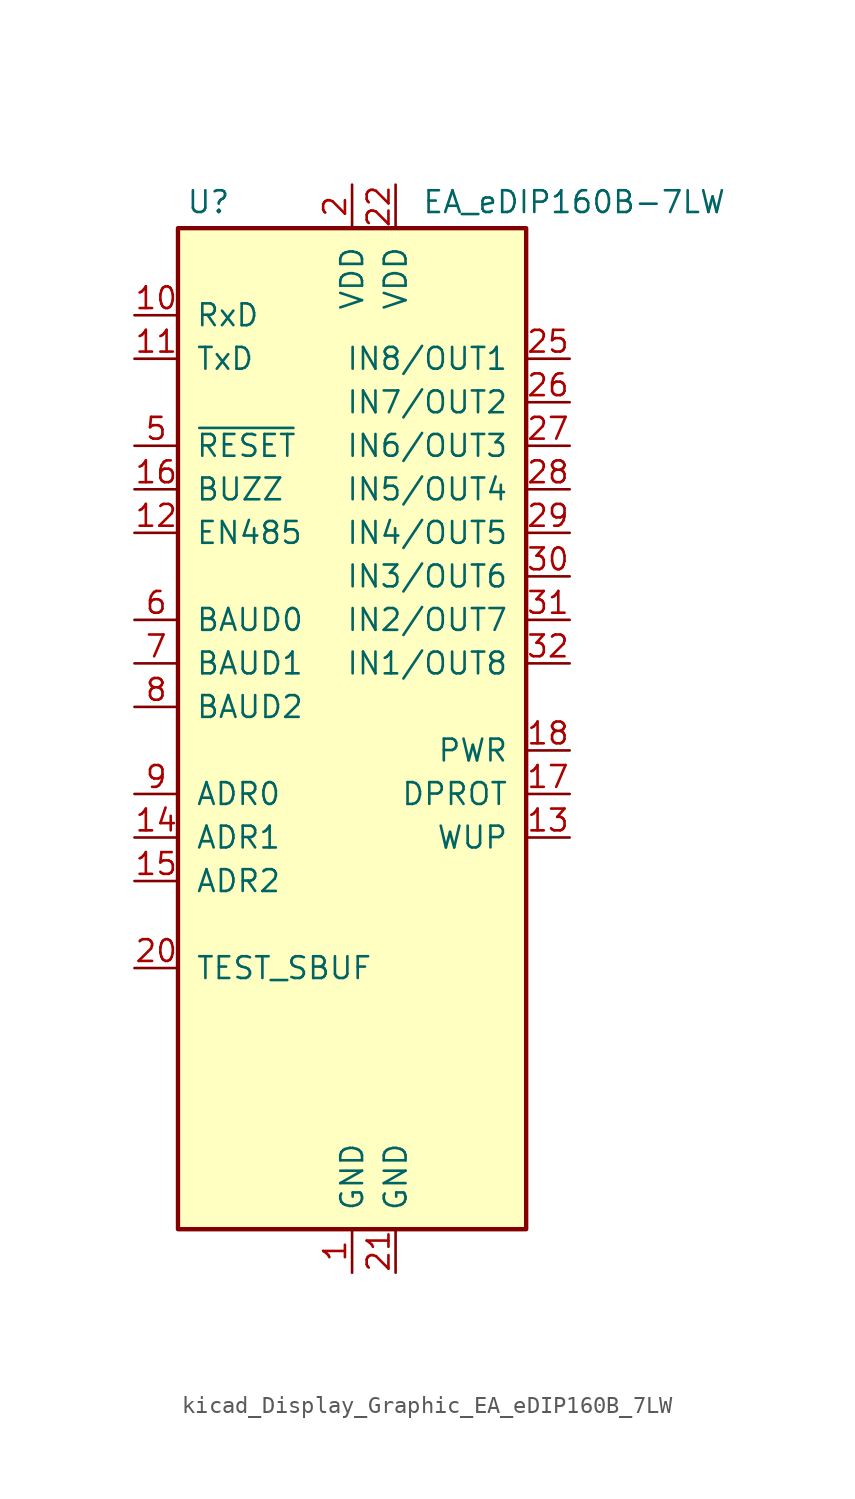
<source format=kicad_sym>
(kicad_symbol_lib
  (version 20220914)
  (generator kicad_symbol_editor)
  (symbol "kicad_Display_Graphic_EA_eDIP160B_7LW"
    (pin_names
      (offset 1.016))
    (property "Reference" "U"
      (at -8.382 29.464 0)
      (effects (font (size 1.27 1.27))))
    (property "Value" "EA_eDIP160B-7LW"
      (at 4.064 29.464 0)
      (effects (font (size 1.27 1.27)) (justify left)))
    (symbol "kicad_Display_Graphic_EA_eDIP160B_7LW_0_1"
      (rectangle (start -10.16 27.94) (end 10.16 -30.48) (stroke (width 0.254) (type default)) (fill (type background))))
    (symbol "kicad_Display_Graphic_EA_eDIP160B_7LW_1_1"
      (pin power_in line (at 0 -33.02 90) (length 2.54) (name "GND" (effects (font (size 1.27 1.27)))) (number "1" (effects (font (size 1.27 1.27)))))
      (pin input line (at -12.7 22.86 0) (length 2.54) (name "RxD" (effects (font (size 1.27 1.27)))) (number "10" (effects (font (size 1.27 1.27)))))
      (pin output line (at -12.7 20.32 0) (length 2.54) (name "TxD" (effects (font (size 1.27 1.27)))) (number "11" (effects (font (size 1.27 1.27)))))
      (pin output line (at -12.7 10.16 0) (length 2.54) (name "EN485" (effects (font (size 1.27 1.27)))) (number "12" (effects (font (size 1.27 1.27)))))
      (pin input line (at 12.7 -7.62 180) (length 2.54) (name "WUP" (effects (font (size 1.27 1.27)))) (number "13" (effects (font (size 1.27 1.27)))))
      (pin input line (at -12.7 -7.62 0) (length 2.54) (name "ADR1" (effects (font (size 1.27 1.27)))) (number "14" (effects (font (size 1.27 1.27)))))
      (pin input line (at -12.7 -10.16 0) (length 2.54) (name "ADR2" (effects (font (size 1.27 1.27)))) (number "15" (effects (font (size 1.27 1.27)))))
      (pin output line (at -12.7 12.7 0) (length 2.54) (name "BUZZ" (effects (font (size 1.27 1.27)))) (number "16" (effects (font (size 1.27 1.27)))))
      (pin input line (at 12.7 -5.08 180) (length 2.54) (name "DPROT" (effects (font (size 1.27 1.27)))) (number "17" (effects (font (size 1.27 1.27)))))
      (pin output line (at 12.7 -2.54 180) (length 2.54) (name "PWR" (effects (font (size 1.27 1.27)))) (number "18" (effects (font (size 1.27 1.27)))))
      (pin no_connect line (at -10.16 -22.86 0) (length 2.54) hide (name "NC" (effects (font (size 1.27 1.27)))) (number "19" (effects (font (size 1.27 1.27)))))
      (pin power_in line (at 0 30.48 270) (length 2.54) (name "VDD" (effects (font (size 1.27 1.27)))) (number "2" (effects (font (size 1.27 1.27)))))
      (pin open_collector line (at -12.7 -15.24 0) (length 2.54) (name "TEST_SBUF" (effects (font (size 1.27 1.27)))) (number "20" (effects (font (size 1.27 1.27)))))
      (pin power_in line (at 2.54 -33.02 90) (length 2.54) (name "GND" (effects (font (size 1.27 1.27)))) (number "21" (effects (font (size 1.27 1.27)))))
      (pin power_in line (at 2.54 30.48 270) (length 2.54) (name "VDD" (effects (font (size 1.27 1.27)))) (number "22" (effects (font (size 1.27 1.27)))))
      (pin no_connect line (at -10.16 -25.4 0) (length 2.54) hide (name "NC" (effects (font (size 1.27 1.27)))) (number "23" (effects (font (size 1.27 1.27)))))
      (pin no_connect line (at -10.16 -27.94 0) (length 2.54) hide (name "NC" (effects (font (size 1.27 1.27)))) (number "24" (effects (font (size 1.27 1.27)))))
      (pin bidirectional line (at 12.7 20.32 180) (length 2.54) (name "IN8/OUT1" (effects (font (size 1.27 1.27)))) (number "25" (effects (font (size 1.27 1.27)))))
      (pin bidirectional line (at 12.7 17.78 180) (length 2.54) (name "IN7/OUT2" (effects (font (size 1.27 1.27)))) (number "26" (effects (font (size 1.27 1.27)))))
      (pin bidirectional line (at 12.7 15.24 180) (length 2.54) (name "IN6/OUT3" (effects (font (size 1.27 1.27)))) (number "27" (effects (font (size 1.27 1.27)))))
      (pin bidirectional line (at 12.7 12.7 180) (length 2.54) (name "IN5/OUT4" (effects (font (size 1.27 1.27)))) (number "28" (effects (font (size 1.27 1.27)))))
      (pin bidirectional line (at 12.7 10.16 180) (length 2.54) (name "IN4/OUT5" (effects (font (size 1.27 1.27)))) (number "29" (effects (font (size 1.27 1.27)))))
      (pin no_connect line (at -10.16 -17.78 0) (length 2.54) hide (name "NC" (effects (font (size 1.27 1.27)))) (number "3" (effects (font (size 1.27 1.27)))))
      (pin bidirectional line (at 12.7 7.62 180) (length 2.54) (name "IN3/OUT6" (effects (font (size 1.27 1.27)))) (number "30" (effects (font (size 1.27 1.27)))))
      (pin bidirectional line (at 12.7 5.08 180) (length 2.54) (name "IN2/OUT7" (effects (font (size 1.27 1.27)))) (number "31" (effects (font (size 1.27 1.27)))))
      (pin bidirectional line (at 12.7 2.54 180) (length 2.54) (name "IN1/OUT8" (effects (font (size 1.27 1.27)))) (number "32" (effects (font (size 1.27 1.27)))))
      (pin no_connect line (at 10.16 -10.16 180) (length 2.54) hide (name "NC" (effects (font (size 1.27 1.27)))) (number "33" (effects (font (size 1.27 1.27)))))
      (pin no_connect line (at 10.16 -12.7 180) (length 2.54) hide (name "NC" (effects (font (size 1.27 1.27)))) (number "34" (effects (font (size 1.27 1.27)))))
      (pin no_connect line (at 10.16 -15.24 180) (length 2.54) hide (name "NC" (effects (font (size 1.27 1.27)))) (number "35" (effects (font (size 1.27 1.27)))))
      (pin no_connect line (at 10.16 -17.78 180) (length 2.54) hide (name "NC" (effects (font (size 1.27 1.27)))) (number "36" (effects (font (size 1.27 1.27)))))
      (pin no_connect line (at 10.16 -20.32 180) (length 2.54) hide (name "NC" (effects (font (size 1.27 1.27)))) (number "37" (effects (font (size 1.27 1.27)))))
      (pin no_connect line (at 10.16 -22.86 180) (length 2.54) hide (name "NC" (effects (font (size 1.27 1.27)))) (number "38" (effects (font (size 1.27 1.27)))))
      (pin no_connect line (at 10.16 -25.4 180) (length 2.54) hide (name "NC" (effects (font (size 1.27 1.27)))) (number "39" (effects (font (size 1.27 1.27)))))
      (pin no_connect line (at -10.16 -20.32 0) (length 2.54) hide (name "NC" (effects (font (size 1.27 1.27)))) (number "4" (effects (font (size 1.27 1.27)))))
      (pin no_connect line (at 10.16 -27.94 180) (length 2.54) hide (name "NC" (effects (font (size 1.27 1.27)))) (number "40" (effects (font (size 1.27 1.27)))))
      (pin input line (at -12.7 15.24 0) (length 2.54) (name "~{RESET}" (effects (font (size 1.27 1.27)))) (number "5" (effects (font (size 1.27 1.27)))))
      (pin input line (at -12.7 5.08 0) (length 2.54) (name "BAUD0" (effects (font (size 1.27 1.27)))) (number "6" (effects (font (size 1.27 1.27)))))
      (pin input line (at -12.7 2.54 0) (length 2.54) (name "BAUD1" (effects (font (size 1.27 1.27)))) (number "7" (effects (font (size 1.27 1.27)))))
      (pin input line (at -12.7 0 0) (length 2.54) (name "BAUD2" (effects (font (size 1.27 1.27)))) (number "8" (effects (font (size 1.27 1.27)))))
      (pin input line (at -12.7 -5.08 0) (length 2.54) (name "ADR0" (effects (font (size 1.27 1.27)))) (number "9" (effects (font (size 1.27 1.27))))))))
</source>
